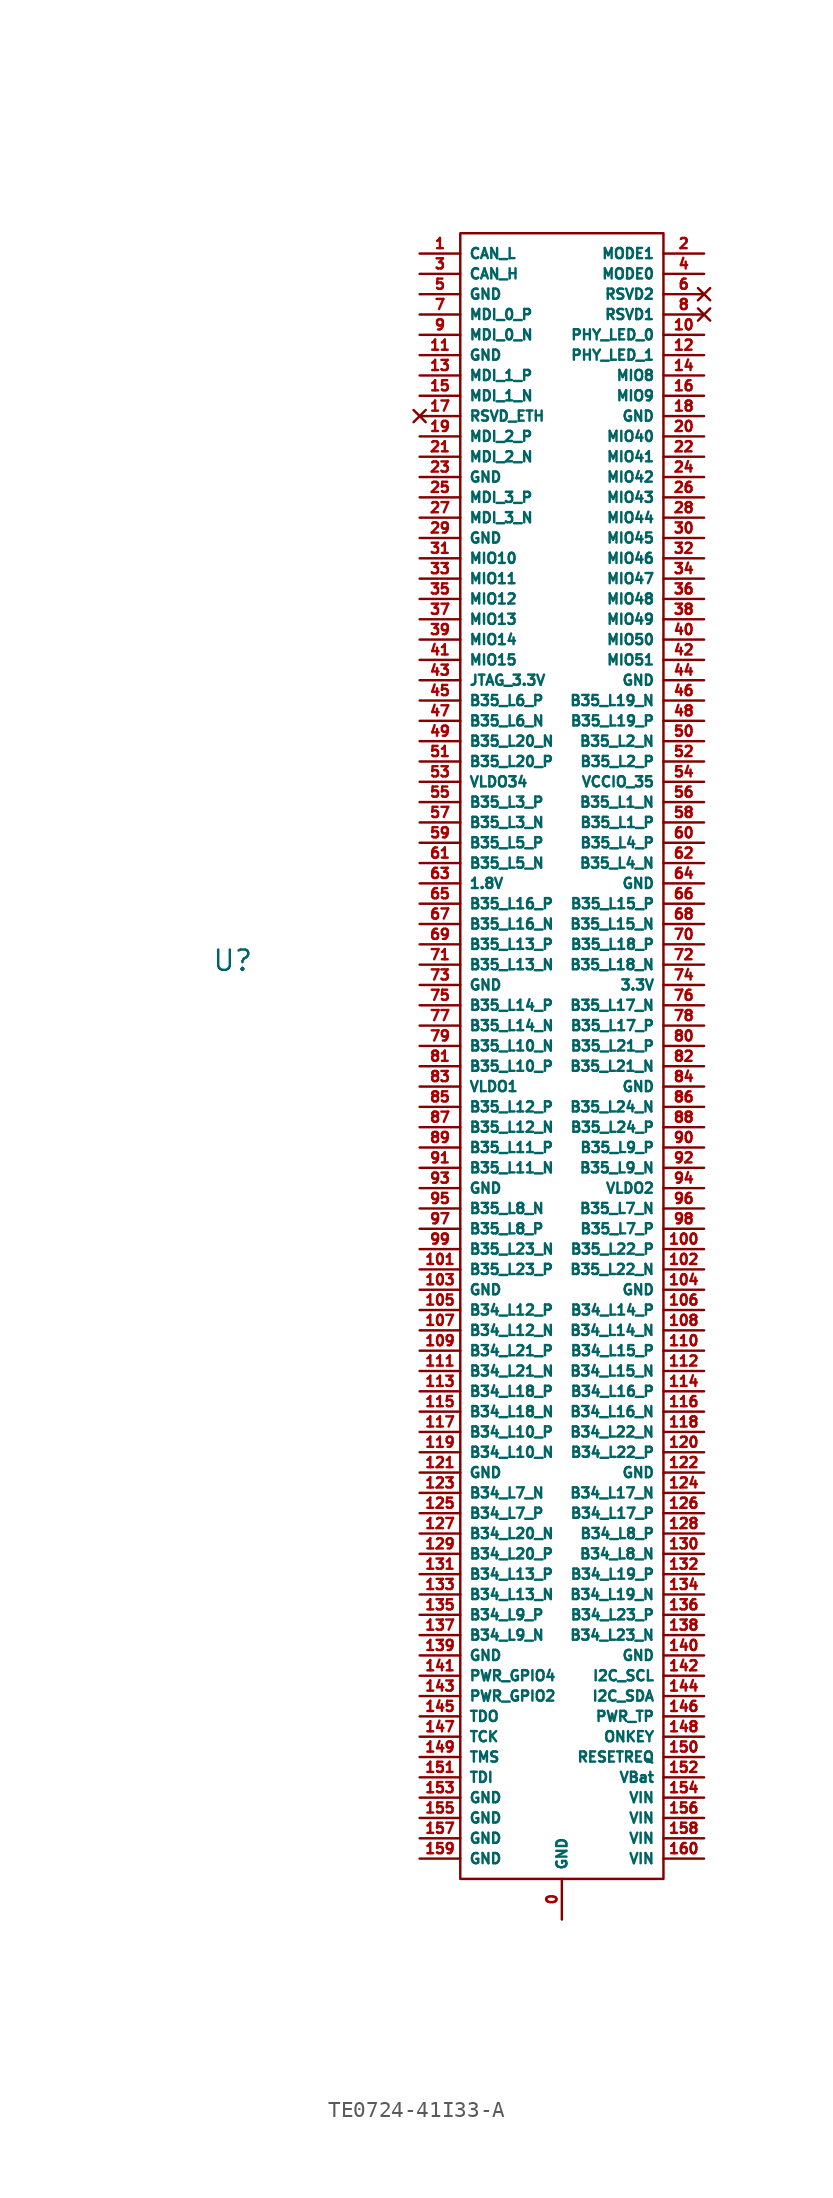
<source format=kicad_sym>
(kicad_symbol_lib
  (version 20231120)
  (generator "kicad_symbol_editor")
  (generator_version "8.0")
  (symbol "TE0724-41I33-A"
    (property "Reference" "U"
      (at -20.574 0.254 0)
      (effects (font (size 1.27 1.27))))
    (property "Value" ""
      (at 0 0 0)
      (effects (font (size 1.27 1.27))))
    (symbol "TE0724-41I33-A_1_1"
      (rectangle (start -6.35 45.72) (end 6.35 -57.15) (stroke (width 0) (type default)) (fill (type none)))
      (text private "This Symbol is already\ndrawned as mounted on the PCB" (at -25.4 0 900) (effects (font (size 1.27 1.27))))
      (pin bidirectional line (at 0 -59.69 90) (length 2.54) (name "GND" (effects (font (size 0.635 0.635)))) (number "0" (effects (font (size 0.635 0.635)))))
      (pin bidirectional line (at -8.89 44.45 0) (length 2.54) (name "CAN_L" (effects (font (size 0.635 0.635)))) (number "1" (effects (font (size 0.635 0.635)))))
      (pin output line (at 8.89 39.37 180) (length 2.54) (name "PHY_LED_0" (effects (font (size 0.635 0.635)))) (number "10" (effects (font (size 0.635 0.635)))))
      (pin bidirectional line (at 8.89 -17.78 180) (length 2.54) (name "B35_L22_P" (effects (font (size 0.635 0.635)))) (number "100" (effects (font (size 0.635 0.635)))))
      (pin bidirectional line (at -8.89 -19.05 0) (length 2.54) (name "B35_L23_P" (effects (font (size 0.635 0.635)))) (number "101" (effects (font (size 0.635 0.635)))))
      (pin bidirectional line (at 8.89 -19.05 180) (length 2.54) (name "B35_L22_N" (effects (font (size 0.635 0.635)))) (number "102" (effects (font (size 0.635 0.635)))))
      (pin power_in line (at -8.89 -20.32 0) (length 2.54) (name "GND" (effects (font (size 0.635 0.635)))) (number "103" (effects (font (size 0.635 0.635)))))
      (pin power_in line (at 8.89 -20.32 180) (length 2.54) (name "GND" (effects (font (size 0.635 0.635)))) (number "104" (effects (font (size 0.635 0.635)))))
      (pin bidirectional line (at -8.89 -21.59 0) (length 2.54) (name "B34_L12_P" (effects (font (size 0.635 0.635)))) (number "105" (effects (font (size 0.635 0.635)))))
      (pin bidirectional line (at 8.89 -21.59 180) (length 2.54) (name "B34_L14_P" (effects (font (size 0.635 0.635)))) (number "106" (effects (font (size 0.635 0.635)))))
      (pin bidirectional line (at -8.89 -22.86 0) (length 2.54) (name "B34_L12_N" (effects (font (size 0.635 0.635)))) (number "107" (effects (font (size 0.635 0.635)))))
      (pin bidirectional line (at 8.89 -22.86 180) (length 2.54) (name "B34_L14_N" (effects (font (size 0.635 0.635)))) (number "108" (effects (font (size 0.635 0.635)))))
      (pin bidirectional line (at -8.89 -24.13 0) (length 2.54) (name "B34_L21_P" (effects (font (size 0.635 0.635)))) (number "109" (effects (font (size 0.635 0.635)))))
      (pin power_in line (at -8.89 38.1 0) (length 2.54) (name "GND" (effects (font (size 0.635 0.635)))) (number "11" (effects (font (size 0.635 0.635)))))
      (pin bidirectional line (at 8.89 -24.13 180) (length 2.54) (name "B34_L15_P" (effects (font (size 0.635 0.635)))) (number "110" (effects (font (size 0.635 0.635)))))
      (pin bidirectional line (at -8.89 -25.4 0) (length 2.54) (name "B34_L21_N" (effects (font (size 0.635 0.635)))) (number "111" (effects (font (size 0.635 0.635)))))
      (pin bidirectional line (at 8.89 -25.4 180) (length 2.54) (name "B34_L15_N" (effects (font (size 0.635 0.635)))) (number "112" (effects (font (size 0.635 0.635)))))
      (pin bidirectional line (at -8.89 -26.67 0) (length 2.54) (name "B34_L18_P" (effects (font (size 0.635 0.635)))) (number "113" (effects (font (size 0.635 0.635)))))
      (pin bidirectional line (at 8.89 -26.67 180) (length 2.54) (name "B34_L16_P" (effects (font (size 0.635 0.635)))) (number "114" (effects (font (size 0.635 0.635)))))
      (pin bidirectional line (at -8.89 -27.94 0) (length 2.54) (name "B34_L18_N" (effects (font (size 0.635 0.635)))) (number "115" (effects (font (size 0.635 0.635)))))
      (pin bidirectional line (at 8.89 -27.94 180) (length 2.54) (name "B34_L16_N" (effects (font (size 0.635 0.635)))) (number "116" (effects (font (size 0.635 0.635)))))
      (pin bidirectional line (at -8.89 -29.21 0) (length 2.54) (name "B34_L10_P" (effects (font (size 0.635 0.635)))) (number "117" (effects (font (size 0.635 0.635)))))
      (pin bidirectional line (at 8.89 -29.21 180) (length 2.54) (name "B34_L22_N" (effects (font (size 0.635 0.635)))) (number "118" (effects (font (size 0.635 0.635)))))
      (pin bidirectional line (at -8.89 -30.48 0) (length 2.54) (name "B34_L10_N" (effects (font (size 0.635 0.635)))) (number "119" (effects (font (size 0.635 0.635)))))
      (pin output line (at 8.89 38.1 180) (length 2.54) (name "PHY_LED_1" (effects (font (size 0.635 0.635)))) (number "12" (effects (font (size 0.635 0.635)))))
      (pin bidirectional line (at 8.89 -30.48 180) (length 2.54) (name "B34_L22_P" (effects (font (size 0.635 0.635)))) (number "120" (effects (font (size 0.635 0.635)))))
      (pin power_in line (at -8.89 -31.75 0) (length 2.54) (name "GND" (effects (font (size 0.635 0.635)))) (number "121" (effects (font (size 0.635 0.635)))))
      (pin power_in line (at 8.89 -31.75 180) (length 2.54) (name "GND" (effects (font (size 0.635 0.635)))) (number "122" (effects (font (size 0.635 0.635)))))
      (pin bidirectional line (at -8.89 -33.02 0) (length 2.54) (name "B34_L7_N" (effects (font (size 0.635 0.635)))) (number "123" (effects (font (size 0.635 0.635)))))
      (pin bidirectional line (at 8.89 -33.02 180) (length 2.54) (name "B34_L17_N" (effects (font (size 0.635 0.635)))) (number "124" (effects (font (size 0.635 0.635)))))
      (pin bidirectional line (at -8.89 -34.29 0) (length 2.54) (name "B34_L7_P" (effects (font (size 0.635 0.635)))) (number "125" (effects (font (size 0.635 0.635)))))
      (pin bidirectional line (at 8.89 -34.29 180) (length 2.54) (name "B34_L17_P" (effects (font (size 0.635 0.635)))) (number "126" (effects (font (size 0.635 0.635)))))
      (pin bidirectional line (at -8.89 -35.56 0) (length 2.54) (name "B34_L20_N" (effects (font (size 0.635 0.635)))) (number "127" (effects (font (size 0.635 0.635)))))
      (pin bidirectional line (at 8.89 -35.56 180) (length 2.54) (name "B34_L8_P" (effects (font (size 0.635 0.635)))) (number "128" (effects (font (size 0.635 0.635)))))
      (pin bidirectional line (at -8.89 -36.83 0) (length 2.54) (name "B34_L20_P" (effects (font (size 0.635 0.635)))) (number "129" (effects (font (size 0.635 0.635)))))
      (pin bidirectional line (at -8.89 36.83 0) (length 2.54) (name "MDI_1_P" (effects (font (size 0.635 0.635)))) (number "13" (effects (font (size 0.635 0.635)))))
      (pin bidirectional line (at 8.89 -36.83 180) (length 2.54) (name "B34_L8_N" (effects (font (size 0.635 0.635)))) (number "130" (effects (font (size 0.635 0.635)))))
      (pin bidirectional line (at -8.89 -38.1 0) (length 2.54) (name "B34_L13_P" (effects (font (size 0.635 0.635)))) (number "131" (effects (font (size 0.635 0.635)))))
      (pin bidirectional line (at 8.89 -38.1 180) (length 2.54) (name "B34_L19_P" (effects (font (size 0.635 0.635)))) (number "132" (effects (font (size 0.635 0.635)))))
      (pin bidirectional line (at -8.89 -39.37 0) (length 2.54) (name "B34_L13_N" (effects (font (size 0.635 0.635)))) (number "133" (effects (font (size 0.635 0.635)))))
      (pin bidirectional line (at 8.89 -39.37 180) (length 2.54) (name "B34_L19_N" (effects (font (size 0.635 0.635)))) (number "134" (effects (font (size 0.635 0.635)))))
      (pin bidirectional line (at -8.89 -40.64 0) (length 2.54) (name "B34_L9_P" (effects (font (size 0.635 0.635)))) (number "135" (effects (font (size 0.635 0.635)))))
      (pin bidirectional line (at 8.89 -40.64 180) (length 2.54) (name "B34_L23_P" (effects (font (size 0.635 0.635)))) (number "136" (effects (font (size 0.635 0.635)))))
      (pin bidirectional line (at -8.89 -41.91 0) (length 2.54) (name "B34_L9_N" (effects (font (size 0.635 0.635)))) (number "137" (effects (font (size 0.635 0.635)))))
      (pin bidirectional line (at 8.89 -41.91 180) (length 2.54) (name "B34_L23_N" (effects (font (size 0.635 0.635)))) (number "138" (effects (font (size 0.635 0.635)))))
      (pin power_in line (at -8.89 -43.18 0) (length 2.54) (name "GND" (effects (font (size 0.635 0.635)))) (number "139" (effects (font (size 0.635 0.635)))))
      (pin bidirectional line (at 8.89 36.83 180) (length 2.54) (name "MIO8" (effects (font (size 0.635 0.635)))) (number "14" (effects (font (size 0.635 0.635)))))
      (pin power_in line (at 8.89 -43.18 180) (length 2.54) (name "GND" (effects (font (size 0.635 0.635)))) (number "140" (effects (font (size 0.635 0.635)))))
      (pin bidirectional line (at -8.89 -44.45 0) (length 2.54) (name "PWR_GPIO4" (effects (font (size 0.635 0.635)))) (number "141" (effects (font (size 0.635 0.635)))))
      (pin bidirectional line (at 8.89 -44.45 180) (length 2.54) (name "I2C_SCL" (effects (font (size 0.635 0.635)))) (number "142" (effects (font (size 0.635 0.635)))))
      (pin bidirectional line (at -8.89 -45.72 0) (length 2.54) (name "PWR_GPIO2" (effects (font (size 0.635 0.635)))) (number "143" (effects (font (size 0.635 0.635)))))
      (pin bidirectional line (at 8.89 -45.72 180) (length 2.54) (name "I2C_SDA" (effects (font (size 0.635 0.635)))) (number "144" (effects (font (size 0.635 0.635)))))
      (pin bidirectional line (at -8.89 -46.99 0) (length 2.54) (name "TDO" (effects (font (size 0.635 0.635)))) (number "145" (effects (font (size 0.635 0.635)))))
      (pin bidirectional line (at 8.89 -46.99 180) (length 2.54) (name "PWR_TP" (effects (font (size 0.635 0.635)))) (number "146" (effects (font (size 0.635 0.635)))))
      (pin bidirectional line (at -8.89 -48.26 0) (length 2.54) (name "TCK" (effects (font (size 0.635 0.635)))) (number "147" (effects (font (size 0.635 0.635)))))
      (pin input line (at 8.89 -48.26 180) (length 2.54) (name "ONKEY" (effects (font (size 0.635 0.635)))) (number "148" (effects (font (size 0.635 0.635)))))
      (pin bidirectional line (at -8.89 -49.53 0) (length 2.54) (name "TMS" (effects (font (size 0.635 0.635)))) (number "149" (effects (font (size 0.635 0.635)))))
      (pin bidirectional line (at -8.89 35.56 0) (length 2.54) (name "MDI_1_N" (effects (font (size 0.635 0.635)))) (number "15" (effects (font (size 0.635 0.635)))))
      (pin input line (at 8.89 -49.53 180) (length 2.54) (name "RESETREQ" (effects (font (size 0.635 0.635)))) (number "150" (effects (font (size 0.635 0.635)))))
      (pin bidirectional line (at -8.89 -50.8 0) (length 2.54) (name "TDI" (effects (font (size 0.635 0.635)))) (number "151" (effects (font (size 0.635 0.635)))))
      (pin power_in line (at 8.89 -50.8 180) (length 2.54) (name "VBat" (effects (font (size 0.635 0.635)))) (number "152" (effects (font (size 0.635 0.635)))))
      (pin power_in line (at -8.89 -52.07 0) (length 2.54) (name "GND" (effects (font (size 0.635 0.635)))) (number "153" (effects (font (size 0.635 0.635)))))
      (pin power_in line (at 8.89 -52.07 180) (length 2.54) (name "VIN" (effects (font (size 0.635 0.635)))) (number "154" (effects (font (size 0.635 0.635)))))
      (pin power_in line (at -8.89 -53.34 0) (length 2.54) (name "GND" (effects (font (size 0.635 0.635)))) (number "155" (effects (font (size 0.635 0.635)))))
      (pin power_in line (at 8.89 -53.34 180) (length 2.54) (name "VIN" (effects (font (size 0.635 0.635)))) (number "156" (effects (font (size 0.635 0.635)))))
      (pin power_in line (at -8.89 -54.61 0) (length 2.54) (name "GND" (effects (font (size 0.635 0.635)))) (number "157" (effects (font (size 0.635 0.635)))))
      (pin power_in line (at 8.89 -54.61 180) (length 2.54) (name "VIN" (effects (font (size 0.635 0.635)))) (number "158" (effects (font (size 0.635 0.635)))))
      (pin power_in line (at -8.89 -55.88 0) (length 2.54) (name "GND" (effects (font (size 0.635 0.635)))) (number "159" (effects (font (size 0.635 0.635)))))
      (pin bidirectional line (at 8.89 35.56 180) (length 2.54) (name "MIO9" (effects (font (size 0.635 0.635)))) (number "16" (effects (font (size 0.635 0.635)))))
      (pin power_in line (at 8.89 -55.88 180) (length 2.54) (name "VIN" (effects (font (size 0.635 0.635)))) (number "160" (effects (font (size 0.635 0.635)))))
      (pin no_connect line (at -8.89 34.29 0) (length 2.54) (name "RSVD_ETH" (effects (font (size 0.635 0.635)))) (number "17" (effects (font (size 0.635 0.635)))))
      (pin power_in line (at 8.89 34.29 180) (length 2.54) (name "GND" (effects (font (size 0.635 0.635)))) (number "18" (effects (font (size 0.635 0.635)))))
      (pin bidirectional line (at -8.89 33.02 0) (length 2.54) (name "MDI_2_P" (effects (font (size 0.635 0.635)))) (number "19" (effects (font (size 0.635 0.635)))))
      (pin bidirectional line (at 8.89 44.45 180) (length 2.54) (name "MODE1" (effects (font (size 0.635 0.635)))) (number "2" (effects (font (size 0.635 0.635)))))
      (pin bidirectional line (at 8.89 33.02 180) (length 2.54) (name "MIO40" (effects (font (size 0.635 0.635)))) (number "20" (effects (font (size 0.635 0.635)))))
      (pin bidirectional line (at -8.89 31.75 0) (length 2.54) (name "MDI_2_N" (effects (font (size 0.635 0.635)))) (number "21" (effects (font (size 0.635 0.635)))))
      (pin bidirectional line (at 8.89 31.75 180) (length 2.54) (name "MIO41" (effects (font (size 0.635 0.635)))) (number "22" (effects (font (size 0.635 0.635)))))
      (pin power_in line (at -8.89 30.48 0) (length 2.54) (name "GND" (effects (font (size 0.635 0.635)))) (number "23" (effects (font (size 0.635 0.635)))))
      (pin bidirectional line (at 8.89 30.48 180) (length 2.54) (name "MIO42" (effects (font (size 0.635 0.635)))) (number "24" (effects (font (size 0.635 0.635)))))
      (pin bidirectional line (at -8.89 29.21 0) (length 2.54) (name "MDI_3_P" (effects (font (size 0.635 0.635)))) (number "25" (effects (font (size 0.635 0.635)))))
      (pin bidirectional line (at 8.89 29.21 180) (length 2.54) (name "MIO43" (effects (font (size 0.635 0.635)))) (number "26" (effects (font (size 0.635 0.635)))))
      (pin bidirectional line (at -8.89 27.94 0) (length 2.54) (name "MDI_3_N" (effects (font (size 0.635 0.635)))) (number "27" (effects (font (size 0.635 0.635)))))
      (pin bidirectional line (at 8.89 27.94 180) (length 2.54) (name "MIO44" (effects (font (size 0.635 0.635)))) (number "28" (effects (font (size 0.635 0.635)))))
      (pin power_in line (at -8.89 26.67 0) (length 2.54) (name "GND" (effects (font (size 0.635 0.635)))) (number "29" (effects (font (size 0.635 0.635)))))
      (pin bidirectional line (at -8.89 43.18 0) (length 2.54) (name "CAN_H" (effects (font (size 0.635 0.635)))) (number "3" (effects (font (size 0.635 0.635)))))
      (pin bidirectional line (at 8.89 26.67 180) (length 2.54) (name "MIO45" (effects (font (size 0.635 0.635)))) (number "30" (effects (font (size 0.635 0.635)))))
      (pin bidirectional line (at -8.89 25.4 0) (length 2.54) (name "MIO10" (effects (font (size 0.635 0.635)))) (number "31" (effects (font (size 0.635 0.635)))))
      (pin bidirectional line (at 8.89 25.4 180) (length 2.54) (name "MIO46" (effects (font (size 0.635 0.635)))) (number "32" (effects (font (size 0.635 0.635)))))
      (pin bidirectional line (at -8.89 24.13 0) (length 2.54) (name "MIO11" (effects (font (size 0.635 0.635)))) (number "33" (effects (font (size 0.635 0.635)))))
      (pin bidirectional line (at 8.89 24.13 180) (length 2.54) (name "MIO47" (effects (font (size 0.635 0.635)))) (number "34" (effects (font (size 0.635 0.635)))))
      (pin bidirectional line (at -8.89 22.86 0) (length 2.54) (name "MIO12" (effects (font (size 0.635 0.635)))) (number "35" (effects (font (size 0.635 0.635)))))
      (pin bidirectional line (at 8.89 22.86 180) (length 2.54) (name "MIO48" (effects (font (size 0.635 0.635)))) (number "36" (effects (font (size 0.635 0.635)))))
      (pin bidirectional line (at -8.89 21.59 0) (length 2.54) (name "MIO13" (effects (font (size 0.635 0.635)))) (number "37" (effects (font (size 0.635 0.635)))))
      (pin bidirectional line (at 8.89 21.59 180) (length 2.54) (name "MIO49" (effects (font (size 0.635 0.635)))) (number "38" (effects (font (size 0.635 0.635)))))
      (pin bidirectional line (at -8.89 20.32 0) (length 2.54) (name "MIO14" (effects (font (size 0.635 0.635)))) (number "39" (effects (font (size 0.635 0.635)))))
      (pin bidirectional line (at 8.89 43.18 180) (length 2.54) (name "MODE0" (effects (font (size 0.635 0.635)))) (number "4" (effects (font (size 0.635 0.635)))))
      (pin bidirectional line (at 8.89 20.32 180) (length 2.54) (name "MIO50" (effects (font (size 0.635 0.635)))) (number "40" (effects (font (size 0.635 0.635)))))
      (pin bidirectional line (at -8.89 19.05 0) (length 2.54) (name "MIO15" (effects (font (size 0.635 0.635)))) (number "41" (effects (font (size 0.635 0.635)))))
      (pin bidirectional line (at 8.89 19.05 180) (length 2.54) (name "MIO51" (effects (font (size 0.635 0.635)))) (number "42" (effects (font (size 0.635 0.635)))))
      (pin passive line (at -8.89 17.78 0) (length 2.54) (name "JTAG_3.3V" (effects (font (size 0.635 0.635)))) (number "43" (effects (font (size 0.635 0.635)))))
      (pin power_in line (at 8.89 17.78 180) (length 2.54) (name "GND" (effects (font (size 0.635 0.635)))) (number "44" (effects (font (size 0.635 0.635)))))
      (pin bidirectional line (at -8.89 16.51 0) (length 2.54) (name "B35_L6_P" (effects (font (size 0.635 0.635)))) (number "45" (effects (font (size 0.635 0.635)))))
      (pin bidirectional line (at 8.89 16.51 180) (length 2.54) (name "B35_L19_N" (effects (font (size 0.635 0.635)))) (number "46" (effects (font (size 0.635 0.635)))))
      (pin bidirectional line (at -8.89 15.24 0) (length 2.54) (name "B35_L6_N" (effects (font (size 0.635 0.635)))) (number "47" (effects (font (size 0.635 0.635)))))
      (pin bidirectional line (at 8.89 15.24 180) (length 2.54) (name "B35_L19_P" (effects (font (size 0.635 0.635)))) (number "48" (effects (font (size 0.635 0.635)))))
      (pin bidirectional line (at -8.89 13.97 0) (length 2.54) (name "B35_L20_N" (effects (font (size 0.635 0.635)))) (number "49" (effects (font (size 0.635 0.635)))))
      (pin power_in line (at -8.89 41.91 0) (length 2.54) (name "GND" (effects (font (size 0.635 0.635)))) (number "5" (effects (font (size 0.635 0.635)))))
      (pin bidirectional line (at 8.89 13.97 180) (length 2.54) (name "B35_L2_N" (effects (font (size 0.635 0.635)))) (number "50" (effects (font (size 0.635 0.635)))))
      (pin bidirectional line (at -8.89 12.7 0) (length 2.54) (name "B35_L20_P" (effects (font (size 0.635 0.635)))) (number "51" (effects (font (size 0.635 0.635)))))
      (pin bidirectional line (at 8.89 12.7 180) (length 2.54) (name "B35_L2_P" (effects (font (size 0.635 0.635)))) (number "52" (effects (font (size 0.635 0.635)))))
      (pin power_out line (at -8.89 11.43 0) (length 2.54) (name "VLDO34" (effects (font (size 0.635 0.635)))) (number "53" (effects (font (size 0.635 0.635)))))
      (pin power_in line (at 8.89 11.43 180) (length 2.54) (name "VCCIO_35" (effects (font (size 0.635 0.635)))) (number "54" (effects (font (size 0.635 0.635)))))
      (pin bidirectional line (at -8.89 10.16 0) (length 2.54) (name "B35_L3_P" (effects (font (size 0.635 0.635)))) (number "55" (effects (font (size 0.635 0.635)))))
      (pin bidirectional line (at 8.89 10.16 180) (length 2.54) (name "B35_L1_N" (effects (font (size 0.635 0.635)))) (number "56" (effects (font (size 0.635 0.635)))))
      (pin bidirectional line (at -8.89 8.89 0) (length 2.54) (name "B35_L3_N" (effects (font (size 0.635 0.635)))) (number "57" (effects (font (size 0.635 0.635)))))
      (pin bidirectional line (at 8.89 8.89 180) (length 2.54) (name "B35_L1_P" (effects (font (size 0.635 0.635)))) (number "58" (effects (font (size 0.635 0.635)))))
      (pin bidirectional line (at -8.89 7.62 0) (length 2.54) (name "B35_L5_P" (effects (font (size 0.635 0.635)))) (number "59" (effects (font (size 0.635 0.635)))))
      (pin no_connect line (at 8.89 41.91 180) (length 2.54) (name "RSVD2" (effects (font (size 0.635 0.635)))) (number "6" (effects (font (size 0.635 0.635)))))
      (pin bidirectional line (at 8.89 7.62 180) (length 2.54) (name "B35_L4_P" (effects (font (size 0.635 0.635)))) (number "60" (effects (font (size 0.635 0.635)))))
      (pin bidirectional line (at -8.89 6.35 0) (length 2.54) (name "B35_L5_N" (effects (font (size 0.635 0.635)))) (number "61" (effects (font (size 0.635 0.635)))))
      (pin bidirectional line (at 8.89 6.35 180) (length 2.54) (name "B35_L4_N" (effects (font (size 0.635 0.635)))) (number "62" (effects (font (size 0.635 0.635)))))
      (pin power_out line (at -8.89 5.08 0) (length 2.54) (name "1.8V" (effects (font (size 0.635 0.635)))) (number "63" (effects (font (size 0.635 0.635)))))
      (pin power_in line (at 8.89 5.08 180) (length 2.54) (name "GND" (effects (font (size 0.635 0.635)))) (number "64" (effects (font (size 0.635 0.635)))))
      (pin bidirectional line (at -8.89 3.81 0) (length 2.54) (name "B35_L16_P" (effects (font (size 0.635 0.635)))) (number "65" (effects (font (size 0.635 0.635)))))
      (pin bidirectional line (at 8.89 3.81 180) (length 2.54) (name "B35_L15_P" (effects (font (size 0.635 0.635)))) (number "66" (effects (font (size 0.635 0.635)))))
      (pin bidirectional line (at -8.89 2.54 0) (length 2.54) (name "B35_L16_N" (effects (font (size 0.635 0.635)))) (number "67" (effects (font (size 0.635 0.635)))))
      (pin bidirectional line (at 8.89 2.54 180) (length 2.54) (name "B35_L15_N" (effects (font (size 0.635 0.635)))) (number "68" (effects (font (size 0.635 0.635)))))
      (pin bidirectional line (at -8.89 1.27 0) (length 2.54) (name "B35_L13_P" (effects (font (size 0.635 0.635)))) (number "69" (effects (font (size 0.635 0.635)))))
      (pin bidirectional line (at -8.89 40.64 0) (length 2.54) (name "MDI_0_P" (effects (font (size 0.635 0.635)))) (number "7" (effects (font (size 0.635 0.635)))))
      (pin bidirectional line (at 8.89 1.27 180) (length 2.54) (name "B35_L18_P" (effects (font (size 0.635 0.635)))) (number "70" (effects (font (size 0.635 0.635)))))
      (pin bidirectional line (at -8.89 0 0) (length 2.54) (name "B35_L13_N" (effects (font (size 0.635 0.635)))) (number "71" (effects (font (size 0.635 0.635)))))
      (pin bidirectional line (at 8.89 0 180) (length 2.54) (name "B35_L18_N" (effects (font (size 0.635 0.635)))) (number "72" (effects (font (size 0.635 0.635)))))
      (pin power_in line (at -8.89 -1.27 0) (length 2.54) (name "GND" (effects (font (size 0.635 0.635)))) (number "73" (effects (font (size 0.635 0.635)))))
      (pin power_out line (at 8.89 -1.27 180) (length 2.54) (name "3.3V" (effects (font (size 0.635 0.635)))) (number "74" (effects (font (size 0.635 0.635)))))
      (pin bidirectional line (at -8.89 -2.54 0) (length 2.54) (name "B35_L14_P" (effects (font (size 0.635 0.635)))) (number "75" (effects (font (size 0.635 0.635)))))
      (pin bidirectional line (at 8.89 -2.54 180) (length 2.54) (name "B35_L17_N" (effects (font (size 0.635 0.635)))) (number "76" (effects (font (size 0.635 0.635)))))
      (pin bidirectional line (at -8.89 -3.81 0) (length 2.54) (name "B35_L14_N" (effects (font (size 0.635 0.635)))) (number "77" (effects (font (size 0.635 0.635)))))
      (pin bidirectional line (at 8.89 -3.81 180) (length 2.54) (name "B35_L17_P" (effects (font (size 0.635 0.635)))) (number "78" (effects (font (size 0.635 0.635)))))
      (pin bidirectional line (at -8.89 -5.08 0) (length 2.54) (name "B35_L10_N" (effects (font (size 0.635 0.635)))) (number "79" (effects (font (size 0.635 0.635)))))
      (pin no_connect line (at 8.89 40.64 180) (length 2.54) (name "RSVD1" (effects (font (size 0.635 0.635)))) (number "8" (effects (font (size 0.635 0.635)))))
      (pin bidirectional line (at 8.89 -5.08 180) (length 2.54) (name "B35_L21_P" (effects (font (size 0.635 0.635)))) (number "80" (effects (font (size 0.635 0.635)))))
      (pin bidirectional line (at -8.89 -6.35 0) (length 2.54) (name "B35_L10_P" (effects (font (size 0.635 0.635)))) (number "81" (effects (font (size 0.635 0.635)))))
      (pin bidirectional line (at 8.89 -6.35 180) (length 2.54) (name "B35_L21_N" (effects (font (size 0.635 0.635)))) (number "82" (effects (font (size 0.635 0.635)))))
      (pin power_out line (at -8.89 -7.62 0) (length 2.54) (name "VLDO1" (effects (font (size 0.635 0.635)))) (number "83" (effects (font (size 0.635 0.635)))))
      (pin power_in line (at 8.89 -7.62 180) (length 2.54) (name "GND" (effects (font (size 0.635 0.635)))) (number "84" (effects (font (size 0.635 0.635)))))
      (pin bidirectional line (at -8.89 -8.89 0) (length 2.54) (name "B35_L12_P" (effects (font (size 0.635 0.635)))) (number "85" (effects (font (size 0.635 0.635)))))
      (pin bidirectional line (at 8.89 -8.89 180) (length 2.54) (name "B35_L24_N" (effects (font (size 0.635 0.635)))) (number "86" (effects (font (size 0.635 0.635)))))
      (pin bidirectional line (at -8.89 -10.16 0) (length 2.54) (name "B35_L12_N" (effects (font (size 0.635 0.635)))) (number "87" (effects (font (size 0.635 0.635)))))
      (pin bidirectional line (at 8.89 -10.16 180) (length 2.54) (name "B35_L24_P" (effects (font (size 0.635 0.635)))) (number "88" (effects (font (size 0.635 0.635)))))
      (pin bidirectional line (at -8.89 -11.43 0) (length 2.54) (name "B35_L11_P" (effects (font (size 0.635 0.635)))) (number "89" (effects (font (size 0.635 0.635)))))
      (pin bidirectional line (at -8.89 39.37 0) (length 2.54) (name "MDI_0_N" (effects (font (size 0.635 0.635)))) (number "9" (effects (font (size 0.635 0.635)))))
      (pin bidirectional line (at 8.89 -11.43 180) (length 2.54) (name "B35_L9_P" (effects (font (size 0.635 0.635)))) (number "90" (effects (font (size 0.635 0.635)))))
      (pin bidirectional line (at -8.89 -12.7 0) (length 2.54) (name "B35_L11_N" (effects (font (size 0.635 0.635)))) (number "91" (effects (font (size 0.635 0.635)))))
      (pin bidirectional line (at 8.89 -12.7 180) (length 2.54) (name "B35_L9_N" (effects (font (size 0.635 0.635)))) (number "92" (effects (font (size 0.635 0.635)))))
      (pin power_in line (at -8.89 -13.97 0) (length 2.54) (name "GND" (effects (font (size 0.635 0.635)))) (number "93" (effects (font (size 0.635 0.635)))))
      (pin power_out line (at 8.89 -13.97 180) (length 2.54) (name "VLDO2" (effects (font (size 0.635 0.635)))) (number "94" (effects (font (size 0.635 0.635)))))
      (pin bidirectional line (at -8.89 -15.24 0) (length 2.54) (name "B35_L8_N" (effects (font (size 0.635 0.635)))) (number "95" (effects (font (size 0.635 0.635)))))
      (pin bidirectional line (at 8.89 -15.24 180) (length 2.54) (name "B35_L7_N" (effects (font (size 0.635 0.635)))) (number "96" (effects (font (size 0.635 0.635)))))
      (pin bidirectional line (at -8.89 -16.51 0) (length 2.54) (name "B35_L8_P" (effects (font (size 0.635 0.635)))) (number "97" (effects (font (size 0.635 0.635)))))
      (pin bidirectional line (at 8.89 -16.51 180) (length 2.54) (name "B35_L7_P" (effects (font (size 0.635 0.635)))) (number "98" (effects (font (size 0.635 0.635)))))
      (pin bidirectional line (at -8.89 -17.78 0) (length 2.54) (name "B35_L23_N" (effects (font (size 0.635 0.635)))) (number "99" (effects (font (size 0.635 0.635))))))))
</source>
